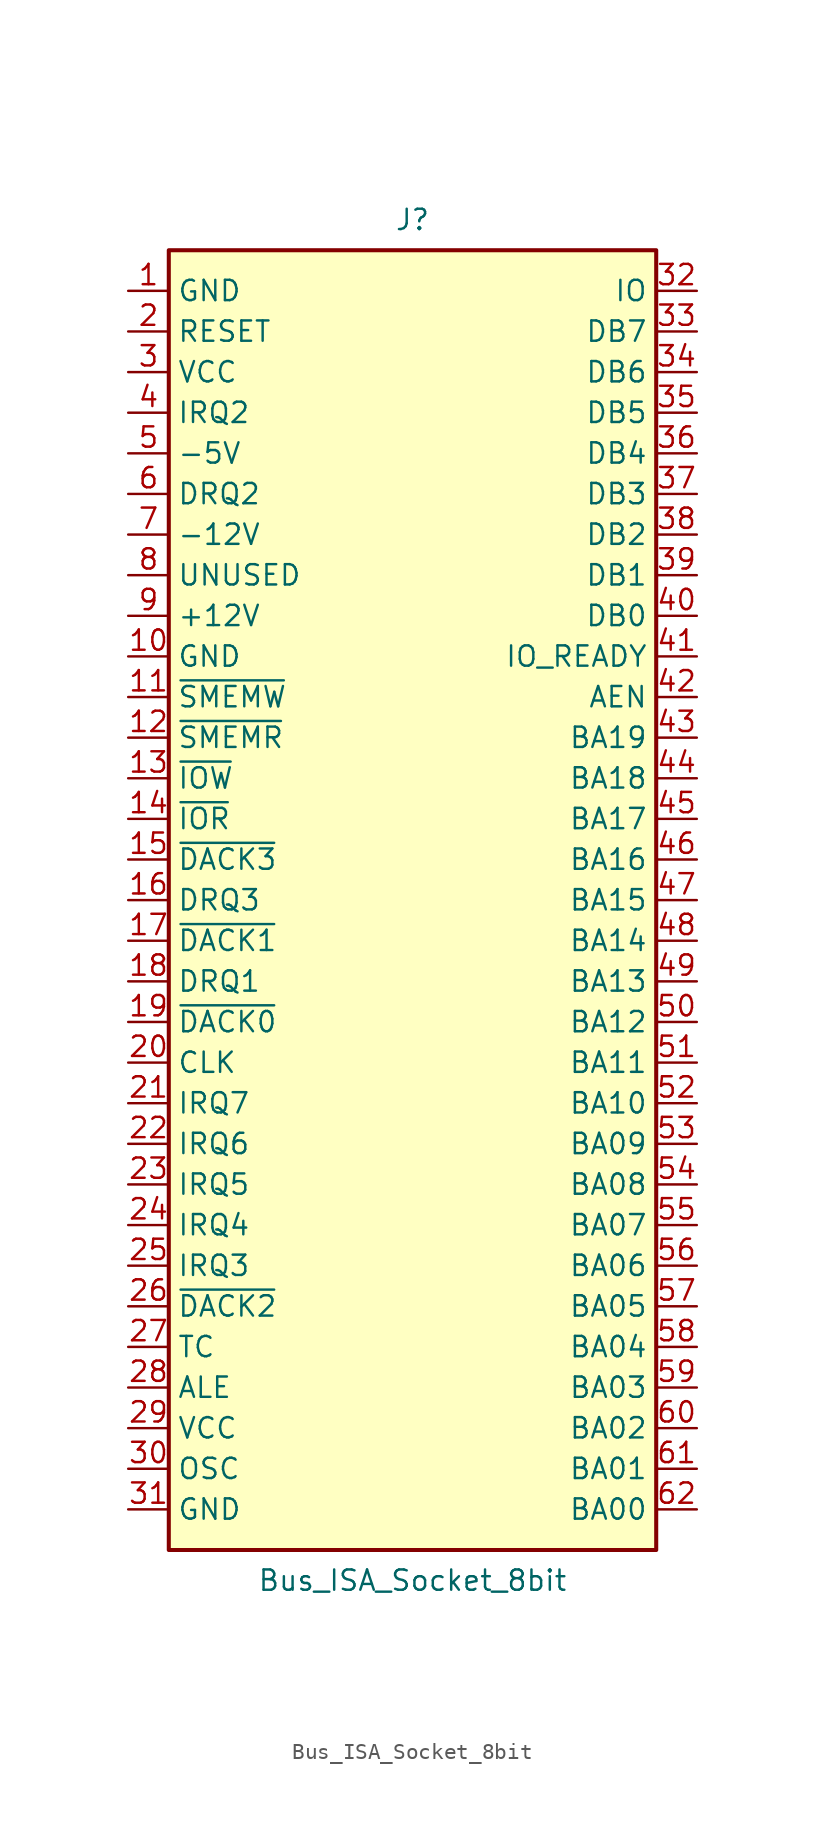
<source format=kicad_sym>
(kicad_symbol_lib
  (version 20220914)
  (generator kicad_symbol_editor)
  (symbol "Bus_ISA_Socket_8bit"
    (property "Reference" "J"
      (at 0 42.545 0)
      (effects (font (size 1.27 1.27))))
    (property "Value" "Bus_ISA_Socket_8bit"
      (at 0 -42.545 0)
      (effects (font (size 1.27 1.27))))
    (symbol "Bus_ISA_Socket_8bit_0_1"
      (rectangle (start -15.24 40.64) (end 15.24 -40.64) (stroke (width 0.254) (type default)) (fill (type background))))
    (symbol "Bus_ISA_Socket_8bit_1_1"
      (pin power_in line (at -17.78 38.1 0) (length 2.54) (name "GND" (effects (font (size 1.27 1.27)))) (number "1" (effects (font (size 1.27 1.27)))))
      (pin power_in line (at -17.78 15.24 0) (length 2.54) (name "GND" (effects (font (size 1.27 1.27)))) (number "10" (effects (font (size 1.27 1.27)))))
      (pin input line (at -17.78 12.7 0) (length 2.54) (name "~{SMEMW}" (effects (font (size 1.27 1.27)))) (number "11" (effects (font (size 1.27 1.27)))))
      (pin input line (at -17.78 10.16 0) (length 2.54) (name "~{SMEMR}" (effects (font (size 1.27 1.27)))) (number "12" (effects (font (size 1.27 1.27)))))
      (pin input line (at -17.78 7.62 0) (length 2.54) (name "~{IOW}" (effects (font (size 1.27 1.27)))) (number "13" (effects (font (size 1.27 1.27)))))
      (pin input line (at -17.78 5.08 0) (length 2.54) (name "~{IOR}" (effects (font (size 1.27 1.27)))) (number "14" (effects (font (size 1.27 1.27)))))
      (pin passive line (at -17.78 2.54 0) (length 2.54) (name "~{DACK3}" (effects (font (size 1.27 1.27)))) (number "15" (effects (font (size 1.27 1.27)))))
      (pin passive line (at -17.78 0 0) (length 2.54) (name "DRQ3" (effects (font (size 1.27 1.27)))) (number "16" (effects (font (size 1.27 1.27)))))
      (pin passive line (at -17.78 -2.54 0) (length 2.54) (name "~{DACK1}" (effects (font (size 1.27 1.27)))) (number "17" (effects (font (size 1.27 1.27)))))
      (pin passive line (at -17.78 -5.08 0) (length 2.54) (name "DRQ1" (effects (font (size 1.27 1.27)))) (number "18" (effects (font (size 1.27 1.27)))))
      (pin passive line (at -17.78 -7.62 0) (length 2.54) (name "~{DACK0}" (effects (font (size 1.27 1.27)))) (number "19" (effects (font (size 1.27 1.27)))))
      (pin input line (at -17.78 35.56 0) (length 2.54) (name "RESET" (effects (font (size 1.27 1.27)))) (number "2" (effects (font (size 1.27 1.27)))))
      (pin input line (at -17.78 -10.16 0) (length 2.54) (name "CLK" (effects (font (size 1.27 1.27)))) (number "20" (effects (font (size 1.27 1.27)))))
      (pin passive line (at -17.78 -12.7 0) (length 2.54) (name "IRQ7" (effects (font (size 1.27 1.27)))) (number "21" (effects (font (size 1.27 1.27)))))
      (pin passive line (at -17.78 -15.24 0) (length 2.54) (name "IRQ6" (effects (font (size 1.27 1.27)))) (number "22" (effects (font (size 1.27 1.27)))))
      (pin passive line (at -17.78 -17.78 0) (length 2.54) (name "IRQ5" (effects (font (size 1.27 1.27)))) (number "23" (effects (font (size 1.27 1.27)))))
      (pin passive line (at -17.78 -20.32 0) (length 2.54) (name "IRQ4" (effects (font (size 1.27 1.27)))) (number "24" (effects (font (size 1.27 1.27)))))
      (pin passive line (at -17.78 -22.86 0) (length 2.54) (name "IRQ3" (effects (font (size 1.27 1.27)))) (number "25" (effects (font (size 1.27 1.27)))))
      (pin passive line (at -17.78 -25.4 0) (length 2.54) (name "~{DACK2}" (effects (font (size 1.27 1.27)))) (number "26" (effects (font (size 1.27 1.27)))))
      (pin passive line (at -17.78 -27.94 0) (length 2.54) (name "TC" (effects (font (size 1.27 1.27)))) (number "27" (effects (font (size 1.27 1.27)))))
      (pin input line (at -17.78 -30.48 0) (length 2.54) (name "ALE" (effects (font (size 1.27 1.27)))) (number "28" (effects (font (size 1.27 1.27)))))
      (pin power_in line (at -17.78 -33.02 0) (length 2.54) (name "VCC" (effects (font (size 1.27 1.27)))) (number "29" (effects (font (size 1.27 1.27)))))
      (pin power_in line (at -17.78 33.02 0) (length 2.54) (name "VCC" (effects (font (size 1.27 1.27)))) (number "3" (effects (font (size 1.27 1.27)))))
      (pin input line (at -17.78 -35.56 0) (length 2.54) (name "OSC" (effects (font (size 1.27 1.27)))) (number "30" (effects (font (size 1.27 1.27)))))
      (pin power_in line (at -17.78 -38.1 0) (length 2.54) (name "GND" (effects (font (size 1.27 1.27)))) (number "31" (effects (font (size 1.27 1.27)))))
      (pin passive line (at 17.78 38.1 180) (length 2.54) (name "IO" (effects (font (size 1.27 1.27)))) (number "32" (effects (font (size 1.27 1.27)))))
      (pin tri_state line (at 17.78 35.56 180) (length 2.54) (name "DB7" (effects (font (size 1.27 1.27)))) (number "33" (effects (font (size 1.27 1.27)))))
      (pin tri_state line (at 17.78 33.02 180) (length 2.54) (name "DB6" (effects (font (size 1.27 1.27)))) (number "34" (effects (font (size 1.27 1.27)))))
      (pin tri_state line (at 17.78 30.48 180) (length 2.54) (name "DB5" (effects (font (size 1.27 1.27)))) (number "35" (effects (font (size 1.27 1.27)))))
      (pin tri_state line (at 17.78 27.94 180) (length 2.54) (name "DB4" (effects (font (size 1.27 1.27)))) (number "36" (effects (font (size 1.27 1.27)))))
      (pin tri_state line (at 17.78 25.4 180) (length 2.54) (name "DB3" (effects (font (size 1.27 1.27)))) (number "37" (effects (font (size 1.27 1.27)))))
      (pin tri_state line (at 17.78 22.86 180) (length 2.54) (name "DB2" (effects (font (size 1.27 1.27)))) (number "38" (effects (font (size 1.27 1.27)))))
      (pin tri_state line (at 17.78 20.32 180) (length 2.54) (name "DB1" (effects (font (size 1.27 1.27)))) (number "39" (effects (font (size 1.27 1.27)))))
      (pin passive line (at -17.78 30.48 0) (length 2.54) (name "IRQ2" (effects (font (size 1.27 1.27)))) (number "4" (effects (font (size 1.27 1.27)))))
      (pin tri_state line (at 17.78 17.78 180) (length 2.54) (name "DB0" (effects (font (size 1.27 1.27)))) (number "40" (effects (font (size 1.27 1.27)))))
      (pin passive line (at 17.78 15.24 180) (length 2.54) (name "IO_READY" (effects (font (size 1.27 1.27)))) (number "41" (effects (font (size 1.27 1.27)))))
      (pin input line (at 17.78 12.7 180) (length 2.54) (name "AEN" (effects (font (size 1.27 1.27)))) (number "42" (effects (font (size 1.27 1.27)))))
      (pin passive line (at 17.78 10.16 180) (length 2.54) (name "BA19" (effects (font (size 1.27 1.27)))) (number "43" (effects (font (size 1.27 1.27)))))
      (pin passive line (at 17.78 7.62 180) (length 2.54) (name "BA18" (effects (font (size 1.27 1.27)))) (number "44" (effects (font (size 1.27 1.27)))))
      (pin passive line (at 17.78 5.08 180) (length 2.54) (name "BA17" (effects (font (size 1.27 1.27)))) (number "45" (effects (font (size 1.27 1.27)))))
      (pin passive line (at 17.78 2.54 180) (length 2.54) (name "BA16" (effects (font (size 1.27 1.27)))) (number "46" (effects (font (size 1.27 1.27)))))
      (pin passive line (at 17.78 0 180) (length 2.54) (name "BA15" (effects (font (size 1.27 1.27)))) (number "47" (effects (font (size 1.27 1.27)))))
      (pin passive line (at 17.78 -2.54 180) (length 2.54) (name "BA14" (effects (font (size 1.27 1.27)))) (number "48" (effects (font (size 1.27 1.27)))))
      (pin passive line (at 17.78 -5.08 180) (length 2.54) (name "BA13" (effects (font (size 1.27 1.27)))) (number "49" (effects (font (size 1.27 1.27)))))
      (pin power_in line (at -17.78 27.94 0) (length 2.54) (name "-5V" (effects (font (size 1.27 1.27)))) (number "5" (effects (font (size 1.27 1.27)))))
      (pin passive line (at 17.78 -7.62 180) (length 2.54) (name "BA12" (effects (font (size 1.27 1.27)))) (number "50" (effects (font (size 1.27 1.27)))))
      (pin tri_state line (at 17.78 -10.16 180) (length 2.54) (name "BA11" (effects (font (size 1.27 1.27)))) (number "51" (effects (font (size 1.27 1.27)))))
      (pin tri_state line (at 17.78 -12.7 180) (length 2.54) (name "BA10" (effects (font (size 1.27 1.27)))) (number "52" (effects (font (size 1.27 1.27)))))
      (pin tri_state line (at 17.78 -15.24 180) (length 2.54) (name "BA09" (effects (font (size 1.27 1.27)))) (number "53" (effects (font (size 1.27 1.27)))))
      (pin tri_state line (at 17.78 -17.78 180) (length 2.54) (name "BA08" (effects (font (size 1.27 1.27)))) (number "54" (effects (font (size 1.27 1.27)))))
      (pin tri_state line (at 17.78 -20.32 180) (length 2.54) (name "BA07" (effects (font (size 1.27 1.27)))) (number "55" (effects (font (size 1.27 1.27)))))
      (pin tri_state line (at 17.78 -22.86 180) (length 2.54) (name "BA06" (effects (font (size 1.27 1.27)))) (number "56" (effects (font (size 1.27 1.27)))))
      (pin tri_state line (at 17.78 -25.4 180) (length 2.54) (name "BA05" (effects (font (size 1.27 1.27)))) (number "57" (effects (font (size 1.27 1.27)))))
      (pin tri_state line (at 17.78 -27.94 180) (length 2.54) (name "BA04" (effects (font (size 1.27 1.27)))) (number "58" (effects (font (size 1.27 1.27)))))
      (pin tri_state line (at 17.78 -30.48 180) (length 2.54) (name "BA03" (effects (font (size 1.27 1.27)))) (number "59" (effects (font (size 1.27 1.27)))))
      (pin passive line (at -17.78 25.4 0) (length 2.54) (name "DRQ2" (effects (font (size 1.27 1.27)))) (number "6" (effects (font (size 1.27 1.27)))))
      (pin tri_state line (at 17.78 -33.02 180) (length 2.54) (name "BA02" (effects (font (size 1.27 1.27)))) (number "60" (effects (font (size 1.27 1.27)))))
      (pin tri_state line (at 17.78 -35.56 180) (length 2.54) (name "BA01" (effects (font (size 1.27 1.27)))) (number "61" (effects (font (size 1.27 1.27)))))
      (pin tri_state line (at 17.78 -38.1 180) (length 2.54) (name "BA00" (effects (font (size 1.27 1.27)))) (number "62" (effects (font (size 1.27 1.27)))))
      (pin power_in line (at -17.78 22.86 0) (length 2.54) (name "-12V" (effects (font (size 1.27 1.27)))) (number "7" (effects (font (size 1.27 1.27)))))
      (pin passive line (at -17.78 20.32 0) (length 2.54) (name "UNUSED" (effects (font (size 1.27 1.27)))) (number "8" (effects (font (size 1.27 1.27)))))
      (pin power_in line (at -17.78 17.78 0) (length 2.54) (name "+12V" (effects (font (size 1.27 1.27)))) (number "9" (effects (font (size 1.27 1.27))))))))
</source>
